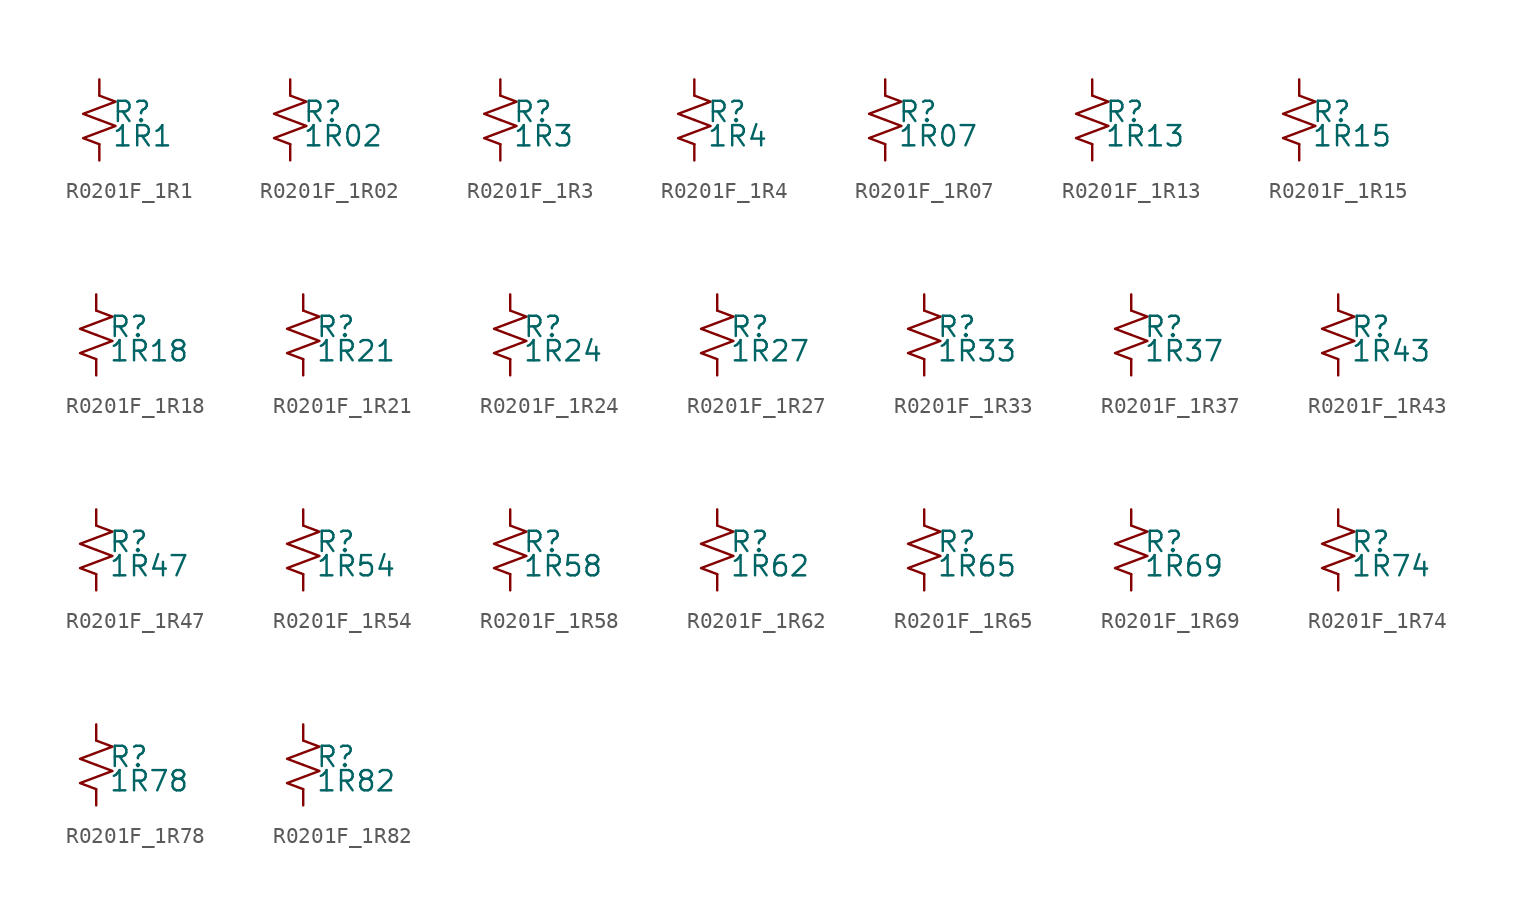
<source format=kicad_sym>
(kicad_symbol_lib
  (version 20220914)
  (generator kicad_symbol_editor)
  (symbol "R0201F_1R1"
    (pin_numbers hide)
    (pin_names
      (offset 0.254) hide)
    (property "Reference" "R"
      (at 0.762 0.508 0)
      (effects (font (size 1.27 1.27)) (justify left)))
    (property "Value" "1R1"
      (at 0.762 -1.016 0)
      (effects (font (size 1.27 1.27)) (justify left)))
    (symbol "R0201F_1R1_1_1"
      (polyline (pts (xy 0 0) (xy 1.016 -0.381) (xy 0 -0.762) (xy -1.016 -1.143) (xy 0 -1.524)) (stroke (width 0) (type default)) (fill (type none)))
      (polyline (pts (xy 0 1.524) (xy 1.016 1.143) (xy 0 0.762) (xy -1.016 0.381) (xy 0 0)) (stroke (width 0) (type default)) (fill (type none)))
      (pin passive line (at 0 2.54 270) (length 1.016) (name "~" (effects (font (size 1.27 1.27)))) (number "1" (effects (font (size 1.27 1.27)))))
      (pin passive line (at 0 -2.54 90) (length 1.016) (name "~" (effects (font (size 1.27 1.27)))) (number "2" (effects (font (size 1.27 1.27)))))))
  (symbol "R0201F_1R02"
    (pin_numbers hide)
    (pin_names
      (offset 0.254) hide)
    (property "Reference" "R"
      (at 0.762 0.508 0)
      (effects (font (size 1.27 1.27)) (justify left)))
    (property "Value" "1R02"
      (at 0.762 -1.016 0)
      (effects (font (size 1.27 1.27)) (justify left)))
    (symbol "R0201F_1R02_1_1"
      (polyline (pts (xy 0 0) (xy 1.016 -0.381) (xy 0 -0.762) (xy -1.016 -1.143) (xy 0 -1.524)) (stroke (width 0) (type default)) (fill (type none)))
      (polyline (pts (xy 0 1.524) (xy 1.016 1.143) (xy 0 0.762) (xy -1.016 0.381) (xy 0 0)) (stroke (width 0) (type default)) (fill (type none)))
      (pin passive line (at 0 2.54 270) (length 1.016) (name "~" (effects (font (size 1.27 1.27)))) (number "1" (effects (font (size 1.27 1.27)))))
      (pin passive line (at 0 -2.54 90) (length 1.016) (name "~" (effects (font (size 1.27 1.27)))) (number "2" (effects (font (size 1.27 1.27)))))))
  (symbol "R0201F_1R3"
    (pin_numbers hide)
    (pin_names
      (offset 0.254) hide)
    (property "Reference" "R"
      (at 0.762 0.508 0)
      (effects (font (size 1.27 1.27)) (justify left)))
    (property "Value" "1R3"
      (at 0.762 -1.016 0)
      (effects (font (size 1.27 1.27)) (justify left)))
    (symbol "R0201F_1R3_1_1"
      (polyline (pts (xy 0 0) (xy 1.016 -0.381) (xy 0 -0.762) (xy -1.016 -1.143) (xy 0 -1.524)) (stroke (width 0) (type default)) (fill (type none)))
      (polyline (pts (xy 0 1.524) (xy 1.016 1.143) (xy 0 0.762) (xy -1.016 0.381) (xy 0 0)) (stroke (width 0) (type default)) (fill (type none)))
      (pin passive line (at 0 2.54 270) (length 1.016) (name "~" (effects (font (size 1.27 1.27)))) (number "1" (effects (font (size 1.27 1.27)))))
      (pin passive line (at 0 -2.54 90) (length 1.016) (name "~" (effects (font (size 1.27 1.27)))) (number "2" (effects (font (size 1.27 1.27)))))))
  (symbol "R0201F_1R4"
    (pin_numbers hide)
    (pin_names
      (offset 0.254) hide)
    (property "Reference" "R"
      (at 0.762 0.508 0)
      (effects (font (size 1.27 1.27)) (justify left)))
    (property "Value" "1R4"
      (at 0.762 -1.016 0)
      (effects (font (size 1.27 1.27)) (justify left)))
    (symbol "R0201F_1R4_1_1"
      (polyline (pts (xy 0 0) (xy 1.016 -0.381) (xy 0 -0.762) (xy -1.016 -1.143) (xy 0 -1.524)) (stroke (width 0) (type default)) (fill (type none)))
      (polyline (pts (xy 0 1.524) (xy 1.016 1.143) (xy 0 0.762) (xy -1.016 0.381) (xy 0 0)) (stroke (width 0) (type default)) (fill (type none)))
      (pin passive line (at 0 2.54 270) (length 1.016) (name "~" (effects (font (size 1.27 1.27)))) (number "1" (effects (font (size 1.27 1.27)))))
      (pin passive line (at 0 -2.54 90) (length 1.016) (name "~" (effects (font (size 1.27 1.27)))) (number "2" (effects (font (size 1.27 1.27)))))))
  (symbol "R0201F_1R07"
    (pin_numbers hide)
    (pin_names
      (offset 0.254) hide)
    (property "Reference" "R"
      (at 0.762 0.508 0)
      (effects (font (size 1.27 1.27)) (justify left)))
    (property "Value" "1R07"
      (at 0.762 -1.016 0)
      (effects (font (size 1.27 1.27)) (justify left)))
    (symbol "R0201F_1R07_1_1"
      (polyline (pts (xy 0 0) (xy 1.016 -0.381) (xy 0 -0.762) (xy -1.016 -1.143) (xy 0 -1.524)) (stroke (width 0) (type default)) (fill (type none)))
      (polyline (pts (xy 0 1.524) (xy 1.016 1.143) (xy 0 0.762) (xy -1.016 0.381) (xy 0 0)) (stroke (width 0) (type default)) (fill (type none)))
      (pin passive line (at 0 2.54 270) (length 1.016) (name "~" (effects (font (size 1.27 1.27)))) (number "1" (effects (font (size 1.27 1.27)))))
      (pin passive line (at 0 -2.54 90) (length 1.016) (name "~" (effects (font (size 1.27 1.27)))) (number "2" (effects (font (size 1.27 1.27)))))))
  (symbol "R0201F_1R13"
    (pin_numbers hide)
    (pin_names
      (offset 0.254) hide)
    (property "Reference" "R"
      (at 0.762 0.508 0)
      (effects (font (size 1.27 1.27)) (justify left)))
    (property "Value" "1R13"
      (at 0.762 -1.016 0)
      (effects (font (size 1.27 1.27)) (justify left)))
    (symbol "R0201F_1R13_1_1"
      (polyline (pts (xy 0 0) (xy 1.016 -0.381) (xy 0 -0.762) (xy -1.016 -1.143) (xy 0 -1.524)) (stroke (width 0) (type default)) (fill (type none)))
      (polyline (pts (xy 0 1.524) (xy 1.016 1.143) (xy 0 0.762) (xy -1.016 0.381) (xy 0 0)) (stroke (width 0) (type default)) (fill (type none)))
      (pin passive line (at 0 2.54 270) (length 1.016) (name "~" (effects (font (size 1.27 1.27)))) (number "1" (effects (font (size 1.27 1.27)))))
      (pin passive line (at 0 -2.54 90) (length 1.016) (name "~" (effects (font (size 1.27 1.27)))) (number "2" (effects (font (size 1.27 1.27)))))))
  (symbol "R0201F_1R15"
    (pin_numbers hide)
    (pin_names
      (offset 0.254) hide)
    (property "Reference" "R"
      (at 0.762 0.508 0)
      (effects (font (size 1.27 1.27)) (justify left)))
    (property "Value" "1R15"
      (at 0.762 -1.016 0)
      (effects (font (size 1.27 1.27)) (justify left)))
    (symbol "R0201F_1R15_1_1"
      (polyline (pts (xy 0 0) (xy 1.016 -0.381) (xy 0 -0.762) (xy -1.016 -1.143) (xy 0 -1.524)) (stroke (width 0) (type default)) (fill (type none)))
      (polyline (pts (xy 0 1.524) (xy 1.016 1.143) (xy 0 0.762) (xy -1.016 0.381) (xy 0 0)) (stroke (width 0) (type default)) (fill (type none)))
      (pin passive line (at 0 2.54 270) (length 1.016) (name "~" (effects (font (size 1.27 1.27)))) (number "1" (effects (font (size 1.27 1.27)))))
      (pin passive line (at 0 -2.54 90) (length 1.016) (name "~" (effects (font (size 1.27 1.27)))) (number "2" (effects (font (size 1.27 1.27)))))))
  (symbol "R0201F_1R18"
    (pin_numbers hide)
    (pin_names
      (offset 0.254) hide)
    (property "Reference" "R"
      (at 0.762 0.508 0)
      (effects (font (size 1.27 1.27)) (justify left)))
    (property "Value" "1R18"
      (at 0.762 -1.016 0)
      (effects (font (size 1.27 1.27)) (justify left)))
    (symbol "R0201F_1R18_1_1"
      (polyline (pts (xy 0 0) (xy 1.016 -0.381) (xy 0 -0.762) (xy -1.016 -1.143) (xy 0 -1.524)) (stroke (width 0) (type default)) (fill (type none)))
      (polyline (pts (xy 0 1.524) (xy 1.016 1.143) (xy 0 0.762) (xy -1.016 0.381) (xy 0 0)) (stroke (width 0) (type default)) (fill (type none)))
      (pin passive line (at 0 2.54 270) (length 1.016) (name "~" (effects (font (size 1.27 1.27)))) (number "1" (effects (font (size 1.27 1.27)))))
      (pin passive line (at 0 -2.54 90) (length 1.016) (name "~" (effects (font (size 1.27 1.27)))) (number "2" (effects (font (size 1.27 1.27)))))))
  (symbol "R0201F_1R21"
    (pin_numbers hide)
    (pin_names
      (offset 0.254) hide)
    (property "Reference" "R"
      (at 0.762 0.508 0)
      (effects (font (size 1.27 1.27)) (justify left)))
    (property "Value" "1R21"
      (at 0.762 -1.016 0)
      (effects (font (size 1.27 1.27)) (justify left)))
    (symbol "R0201F_1R21_1_1"
      (polyline (pts (xy 0 0) (xy 1.016 -0.381) (xy 0 -0.762) (xy -1.016 -1.143) (xy 0 -1.524)) (stroke (width 0) (type default)) (fill (type none)))
      (polyline (pts (xy 0 1.524) (xy 1.016 1.143) (xy 0 0.762) (xy -1.016 0.381) (xy 0 0)) (stroke (width 0) (type default)) (fill (type none)))
      (pin passive line (at 0 2.54 270) (length 1.016) (name "~" (effects (font (size 1.27 1.27)))) (number "1" (effects (font (size 1.27 1.27)))))
      (pin passive line (at 0 -2.54 90) (length 1.016) (name "~" (effects (font (size 1.27 1.27)))) (number "2" (effects (font (size 1.27 1.27)))))))
  (symbol "R0201F_1R24"
    (pin_numbers hide)
    (pin_names
      (offset 0.254) hide)
    (property "Reference" "R"
      (at 0.762 0.508 0)
      (effects (font (size 1.27 1.27)) (justify left)))
    (property "Value" "1R24"
      (at 0.762 -1.016 0)
      (effects (font (size 1.27 1.27)) (justify left)))
    (symbol "R0201F_1R24_1_1"
      (polyline (pts (xy 0 0) (xy 1.016 -0.381) (xy 0 -0.762) (xy -1.016 -1.143) (xy 0 -1.524)) (stroke (width 0) (type default)) (fill (type none)))
      (polyline (pts (xy 0 1.524) (xy 1.016 1.143) (xy 0 0.762) (xy -1.016 0.381) (xy 0 0)) (stroke (width 0) (type default)) (fill (type none)))
      (pin passive line (at 0 2.54 270) (length 1.016) (name "~" (effects (font (size 1.27 1.27)))) (number "1" (effects (font (size 1.27 1.27)))))
      (pin passive line (at 0 -2.54 90) (length 1.016) (name "~" (effects (font (size 1.27 1.27)))) (number "2" (effects (font (size 1.27 1.27)))))))
  (symbol "R0201F_1R27"
    (pin_numbers hide)
    (pin_names
      (offset 0.254) hide)
    (property "Reference" "R"
      (at 0.762 0.508 0)
      (effects (font (size 1.27 1.27)) (justify left)))
    (property "Value" "1R27"
      (at 0.762 -1.016 0)
      (effects (font (size 1.27 1.27)) (justify left)))
    (symbol "R0201F_1R27_1_1"
      (polyline (pts (xy 0 0) (xy 1.016 -0.381) (xy 0 -0.762) (xy -1.016 -1.143) (xy 0 -1.524)) (stroke (width 0) (type default)) (fill (type none)))
      (polyline (pts (xy 0 1.524) (xy 1.016 1.143) (xy 0 0.762) (xy -1.016 0.381) (xy 0 0)) (stroke (width 0) (type default)) (fill (type none)))
      (pin passive line (at 0 2.54 270) (length 1.016) (name "~" (effects (font (size 1.27 1.27)))) (number "1" (effects (font (size 1.27 1.27)))))
      (pin passive line (at 0 -2.54 90) (length 1.016) (name "~" (effects (font (size 1.27 1.27)))) (number "2" (effects (font (size 1.27 1.27)))))))
  (symbol "R0201F_1R33"
    (pin_numbers hide)
    (pin_names
      (offset 0.254) hide)
    (property "Reference" "R"
      (at 0.762 0.508 0)
      (effects (font (size 1.27 1.27)) (justify left)))
    (property "Value" "1R33"
      (at 0.762 -1.016 0)
      (effects (font (size 1.27 1.27)) (justify left)))
    (symbol "R0201F_1R33_1_1"
      (polyline (pts (xy 0 0) (xy 1.016 -0.381) (xy 0 -0.762) (xy -1.016 -1.143) (xy 0 -1.524)) (stroke (width 0) (type default)) (fill (type none)))
      (polyline (pts (xy 0 1.524) (xy 1.016 1.143) (xy 0 0.762) (xy -1.016 0.381) (xy 0 0)) (stroke (width 0) (type default)) (fill (type none)))
      (pin passive line (at 0 2.54 270) (length 1.016) (name "~" (effects (font (size 1.27 1.27)))) (number "1" (effects (font (size 1.27 1.27)))))
      (pin passive line (at 0 -2.54 90) (length 1.016) (name "~" (effects (font (size 1.27 1.27)))) (number "2" (effects (font (size 1.27 1.27)))))))
  (symbol "R0201F_1R37"
    (pin_numbers hide)
    (pin_names
      (offset 0.254) hide)
    (property "Reference" "R"
      (at 0.762 0.508 0)
      (effects (font (size 1.27 1.27)) (justify left)))
    (property "Value" "1R37"
      (at 0.762 -1.016 0)
      (effects (font (size 1.27 1.27)) (justify left)))
    (symbol "R0201F_1R37_1_1"
      (polyline (pts (xy 0 0) (xy 1.016 -0.381) (xy 0 -0.762) (xy -1.016 -1.143) (xy 0 -1.524)) (stroke (width 0) (type default)) (fill (type none)))
      (polyline (pts (xy 0 1.524) (xy 1.016 1.143) (xy 0 0.762) (xy -1.016 0.381) (xy 0 0)) (stroke (width 0) (type default)) (fill (type none)))
      (pin passive line (at 0 2.54 270) (length 1.016) (name "~" (effects (font (size 1.27 1.27)))) (number "1" (effects (font (size 1.27 1.27)))))
      (pin passive line (at 0 -2.54 90) (length 1.016) (name "~" (effects (font (size 1.27 1.27)))) (number "2" (effects (font (size 1.27 1.27)))))))
  (symbol "R0201F_1R43"
    (pin_numbers hide)
    (pin_names
      (offset 0.254) hide)
    (property "Reference" "R"
      (at 0.762 0.508 0)
      (effects (font (size 1.27 1.27)) (justify left)))
    (property "Value" "1R43"
      (at 0.762 -1.016 0)
      (effects (font (size 1.27 1.27)) (justify left)))
    (symbol "R0201F_1R43_1_1"
      (polyline (pts (xy 0 0) (xy 1.016 -0.381) (xy 0 -0.762) (xy -1.016 -1.143) (xy 0 -1.524)) (stroke (width 0) (type default)) (fill (type none)))
      (polyline (pts (xy 0 1.524) (xy 1.016 1.143) (xy 0 0.762) (xy -1.016 0.381) (xy 0 0)) (stroke (width 0) (type default)) (fill (type none)))
      (pin passive line (at 0 2.54 270) (length 1.016) (name "~" (effects (font (size 1.27 1.27)))) (number "1" (effects (font (size 1.27 1.27)))))
      (pin passive line (at 0 -2.54 90) (length 1.016) (name "~" (effects (font (size 1.27 1.27)))) (number "2" (effects (font (size 1.27 1.27)))))))
  (symbol "R0201F_1R47"
    (pin_numbers hide)
    (pin_names
      (offset 0.254) hide)
    (property "Reference" "R"
      (at 0.762 0.508 0)
      (effects (font (size 1.27 1.27)) (justify left)))
    (property "Value" "1R47"
      (at 0.762 -1.016 0)
      (effects (font (size 1.27 1.27)) (justify left)))
    (symbol "R0201F_1R47_1_1"
      (polyline (pts (xy 0 0) (xy 1.016 -0.381) (xy 0 -0.762) (xy -1.016 -1.143) (xy 0 -1.524)) (stroke (width 0) (type default)) (fill (type none)))
      (polyline (pts (xy 0 1.524) (xy 1.016 1.143) (xy 0 0.762) (xy -1.016 0.381) (xy 0 0)) (stroke (width 0) (type default)) (fill (type none)))
      (pin passive line (at 0 2.54 270) (length 1.016) (name "~" (effects (font (size 1.27 1.27)))) (number "1" (effects (font (size 1.27 1.27)))))
      (pin passive line (at 0 -2.54 90) (length 1.016) (name "~" (effects (font (size 1.27 1.27)))) (number "2" (effects (font (size 1.27 1.27)))))))
  (symbol "R0201F_1R54"
    (pin_numbers hide)
    (pin_names
      (offset 0.254) hide)
    (property "Reference" "R"
      (at 0.762 0.508 0)
      (effects (font (size 1.27 1.27)) (justify left)))
    (property "Value" "1R54"
      (at 0.762 -1.016 0)
      (effects (font (size 1.27 1.27)) (justify left)))
    (symbol "R0201F_1R54_1_1"
      (polyline (pts (xy 0 0) (xy 1.016 -0.381) (xy 0 -0.762) (xy -1.016 -1.143) (xy 0 -1.524)) (stroke (width 0) (type default)) (fill (type none)))
      (polyline (pts (xy 0 1.524) (xy 1.016 1.143) (xy 0 0.762) (xy -1.016 0.381) (xy 0 0)) (stroke (width 0) (type default)) (fill (type none)))
      (pin passive line (at 0 2.54 270) (length 1.016) (name "~" (effects (font (size 1.27 1.27)))) (number "1" (effects (font (size 1.27 1.27)))))
      (pin passive line (at 0 -2.54 90) (length 1.016) (name "~" (effects (font (size 1.27 1.27)))) (number "2" (effects (font (size 1.27 1.27)))))))
  (symbol "R0201F_1R58"
    (pin_numbers hide)
    (pin_names
      (offset 0.254) hide)
    (property "Reference" "R"
      (at 0.762 0.508 0)
      (effects (font (size 1.27 1.27)) (justify left)))
    (property "Value" "1R58"
      (at 0.762 -1.016 0)
      (effects (font (size 1.27 1.27)) (justify left)))
    (symbol "R0201F_1R58_1_1"
      (polyline (pts (xy 0 0) (xy 1.016 -0.381) (xy 0 -0.762) (xy -1.016 -1.143) (xy 0 -1.524)) (stroke (width 0) (type default)) (fill (type none)))
      (polyline (pts (xy 0 1.524) (xy 1.016 1.143) (xy 0 0.762) (xy -1.016 0.381) (xy 0 0)) (stroke (width 0) (type default)) (fill (type none)))
      (pin passive line (at 0 2.54 270) (length 1.016) (name "~" (effects (font (size 1.27 1.27)))) (number "1" (effects (font (size 1.27 1.27)))))
      (pin passive line (at 0 -2.54 90) (length 1.016) (name "~" (effects (font (size 1.27 1.27)))) (number "2" (effects (font (size 1.27 1.27)))))))
  (symbol "R0201F_1R62"
    (pin_numbers hide)
    (pin_names
      (offset 0.254) hide)
    (property "Reference" "R"
      (at 0.762 0.508 0)
      (effects (font (size 1.27 1.27)) (justify left)))
    (property "Value" "1R62"
      (at 0.762 -1.016 0)
      (effects (font (size 1.27 1.27)) (justify left)))
    (symbol "R0201F_1R62_1_1"
      (polyline (pts (xy 0 0) (xy 1.016 -0.381) (xy 0 -0.762) (xy -1.016 -1.143) (xy 0 -1.524)) (stroke (width 0) (type default)) (fill (type none)))
      (polyline (pts (xy 0 1.524) (xy 1.016 1.143) (xy 0 0.762) (xy -1.016 0.381) (xy 0 0)) (stroke (width 0) (type default)) (fill (type none)))
      (pin passive line (at 0 2.54 270) (length 1.016) (name "~" (effects (font (size 1.27 1.27)))) (number "1" (effects (font (size 1.27 1.27)))))
      (pin passive line (at 0 -2.54 90) (length 1.016) (name "~" (effects (font (size 1.27 1.27)))) (number "2" (effects (font (size 1.27 1.27)))))))
  (symbol "R0201F_1R65"
    (pin_numbers hide)
    (pin_names
      (offset 0.254) hide)
    (property "Reference" "R"
      (at 0.762 0.508 0)
      (effects (font (size 1.27 1.27)) (justify left)))
    (property "Value" "1R65"
      (at 0.762 -1.016 0)
      (effects (font (size 1.27 1.27)) (justify left)))
    (symbol "R0201F_1R65_1_1"
      (polyline (pts (xy 0 0) (xy 1.016 -0.381) (xy 0 -0.762) (xy -1.016 -1.143) (xy 0 -1.524)) (stroke (width 0) (type default)) (fill (type none)))
      (polyline (pts (xy 0 1.524) (xy 1.016 1.143) (xy 0 0.762) (xy -1.016 0.381) (xy 0 0)) (stroke (width 0) (type default)) (fill (type none)))
      (pin passive line (at 0 2.54 270) (length 1.016) (name "~" (effects (font (size 1.27 1.27)))) (number "1" (effects (font (size 1.27 1.27)))))
      (pin passive line (at 0 -2.54 90) (length 1.016) (name "~" (effects (font (size 1.27 1.27)))) (number "2" (effects (font (size 1.27 1.27)))))))
  (symbol "R0201F_1R69"
    (pin_numbers hide)
    (pin_names
      (offset 0.254) hide)
    (property "Reference" "R"
      (at 0.762 0.508 0)
      (effects (font (size 1.27 1.27)) (justify left)))
    (property "Value" "1R69"
      (at 0.762 -1.016 0)
      (effects (font (size 1.27 1.27)) (justify left)))
    (symbol "R0201F_1R69_1_1"
      (polyline (pts (xy 0 0) (xy 1.016 -0.381) (xy 0 -0.762) (xy -1.016 -1.143) (xy 0 -1.524)) (stroke (width 0) (type default)) (fill (type none)))
      (polyline (pts (xy 0 1.524) (xy 1.016 1.143) (xy 0 0.762) (xy -1.016 0.381) (xy 0 0)) (stroke (width 0) (type default)) (fill (type none)))
      (pin passive line (at 0 2.54 270) (length 1.016) (name "~" (effects (font (size 1.27 1.27)))) (number "1" (effects (font (size 1.27 1.27)))))
      (pin passive line (at 0 -2.54 90) (length 1.016) (name "~" (effects (font (size 1.27 1.27)))) (number "2" (effects (font (size 1.27 1.27)))))))
  (symbol "R0201F_1R74"
    (pin_numbers hide)
    (pin_names
      (offset 0.254) hide)
    (property "Reference" "R"
      (at 0.762 0.508 0)
      (effects (font (size 1.27 1.27)) (justify left)))
    (property "Value" "1R74"
      (at 0.762 -1.016 0)
      (effects (font (size 1.27 1.27)) (justify left)))
    (symbol "R0201F_1R74_1_1"
      (polyline (pts (xy 0 0) (xy 1.016 -0.381) (xy 0 -0.762) (xy -1.016 -1.143) (xy 0 -1.524)) (stroke (width 0) (type default)) (fill (type none)))
      (polyline (pts (xy 0 1.524) (xy 1.016 1.143) (xy 0 0.762) (xy -1.016 0.381) (xy 0 0)) (stroke (width 0) (type default)) (fill (type none)))
      (pin passive line (at 0 2.54 270) (length 1.016) (name "~" (effects (font (size 1.27 1.27)))) (number "1" (effects (font (size 1.27 1.27)))))
      (pin passive line (at 0 -2.54 90) (length 1.016) (name "~" (effects (font (size 1.27 1.27)))) (number "2" (effects (font (size 1.27 1.27)))))))
  (symbol "R0201F_1R78"
    (pin_numbers hide)
    (pin_names
      (offset 0.254) hide)
    (property "Reference" "R"
      (at 0.762 0.508 0)
      (effects (font (size 1.27 1.27)) (justify left)))
    (property "Value" "1R78"
      (at 0.762 -1.016 0)
      (effects (font (size 1.27 1.27)) (justify left)))
    (symbol "R0201F_1R78_1_1"
      (polyline (pts (xy 0 0) (xy 1.016 -0.381) (xy 0 -0.762) (xy -1.016 -1.143) (xy 0 -1.524)) (stroke (width 0) (type default)) (fill (type none)))
      (polyline (pts (xy 0 1.524) (xy 1.016 1.143) (xy 0 0.762) (xy -1.016 0.381) (xy 0 0)) (stroke (width 0) (type default)) (fill (type none)))
      (pin passive line (at 0 2.54 270) (length 1.016) (name "~" (effects (font (size 1.27 1.27)))) (number "1" (effects (font (size 1.27 1.27)))))
      (pin passive line (at 0 -2.54 90) (length 1.016) (name "~" (effects (font (size 1.27 1.27)))) (number "2" (effects (font (size 1.27 1.27)))))))
  (symbol "R0201F_1R82"
    (pin_numbers hide)
    (pin_names
      (offset 0.254) hide)
    (property "Reference" "R"
      (at 0.762 0.508 0)
      (effects (font (size 1.27 1.27)) (justify left)))
    (property "Value" "1R82"
      (at 0.762 -1.016 0)
      (effects (font (size 1.27 1.27)) (justify left)))
    (symbol "R0201F_1R82_1_1"
      (polyline (pts (xy 0 0) (xy 1.016 -0.381) (xy 0 -0.762) (xy -1.016 -1.143) (xy 0 -1.524)) (stroke (width 0) (type default)) (fill (type none)))
      (polyline (pts (xy 0 1.524) (xy 1.016 1.143) (xy 0 0.762) (xy -1.016 0.381) (xy 0 0)) (stroke (width 0) (type default)) (fill (type none)))
      (pin passive line (at 0 2.54 270) (length 1.016) (name "~" (effects (font (size 1.27 1.27)))) (number "1" (effects (font (size 1.27 1.27)))))
      (pin passive line (at 0 -2.54 90) (length 1.016) (name "~" (effects (font (size 1.27 1.27)))) (number "2" (effects (font (size 1.27 1.27))))))))
</source>
